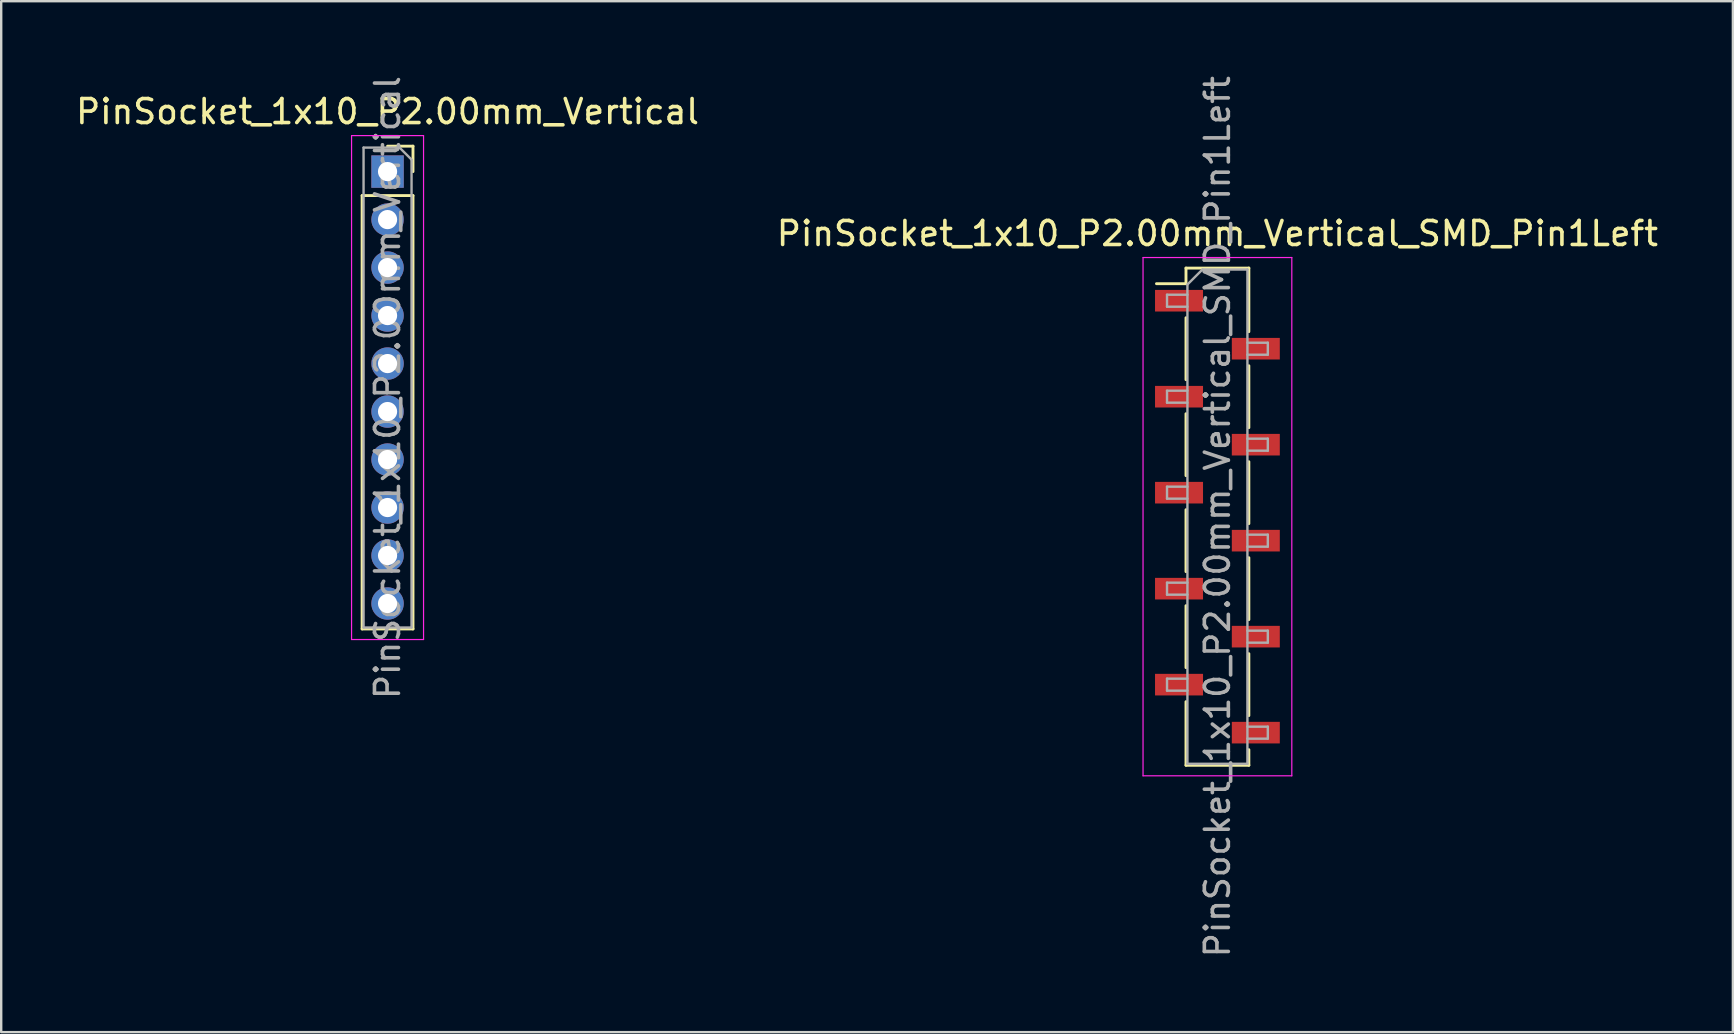
<source format=kicad_pcb>
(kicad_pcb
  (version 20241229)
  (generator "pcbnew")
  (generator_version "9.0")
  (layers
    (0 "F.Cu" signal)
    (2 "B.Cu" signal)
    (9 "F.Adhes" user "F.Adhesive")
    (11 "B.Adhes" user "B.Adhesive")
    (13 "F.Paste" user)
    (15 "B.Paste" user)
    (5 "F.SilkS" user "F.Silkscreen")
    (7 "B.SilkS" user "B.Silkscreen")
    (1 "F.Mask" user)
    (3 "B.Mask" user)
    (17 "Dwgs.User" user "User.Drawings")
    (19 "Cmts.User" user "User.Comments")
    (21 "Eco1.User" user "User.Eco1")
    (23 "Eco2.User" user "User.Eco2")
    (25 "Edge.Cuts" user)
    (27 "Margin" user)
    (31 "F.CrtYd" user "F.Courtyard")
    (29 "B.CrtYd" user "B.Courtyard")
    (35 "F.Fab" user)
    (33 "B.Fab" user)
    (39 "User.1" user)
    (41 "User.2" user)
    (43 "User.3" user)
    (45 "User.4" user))
  (footprint "PinSocket_1x10_P2.00mm_Vertical"
    (layer "F.Cu")
    (at 13.101 4.101)
    (property "Reference" "PinSocket_1x10_P2.00mm_Vertical" (at 0 -2.5 0) (layer "F.SilkS") (effects (font (size 1 1) (thickness 0.15))))
    (attr through_hole)
    (fp_line (start -1.06 1) (end -1.06 19.06) (stroke (width 0.12) (type solid)) (layer "F.SilkS"))
    (fp_line (start -1.06 1) (end 1.06 1) (stroke (width 0.12) (type solid)) (layer "F.SilkS"))
    (fp_line (start -1.06 19.06) (end 1.06 19.06) (stroke (width 0.12) (type solid)) (layer "F.SilkS"))
    (fp_line (start 0 -1.06) (end 1.06 -1.06) (stroke (width 0.12) (type solid)) (layer "F.SilkS"))
    (fp_line (start 1.06 -1.06) (end 1.06 0) (stroke (width 0.12) (type solid)) (layer "F.SilkS"))
    (fp_line (start 1.06 1) (end 1.06 19.06) (stroke (width 0.12) (type solid)) (layer "F.SilkS"))
    (fp_line (start -1.5 -1.5) (end 1.5 -1.5) (stroke (width 0.05) (type solid)) (layer "F.CrtYd"))
    (fp_line (start -1.5 19.5) (end -1.5 -1.5) (stroke (width 0.05) (type solid)) (layer "F.CrtYd"))
    (fp_line (start 1.5 -1.5) (end 1.5 19.5) (stroke (width 0.05) (type solid)) (layer "F.CrtYd"))
    (fp_line (start 1.5 19.5) (end -1.5 19.5) (stroke (width 0.05) (type solid)) (layer "F.CrtYd"))
    (fp_line (start -1 -1) (end 0.5 -1) (stroke (width 0.1) (type solid)) (layer "F.Fab"))
    (fp_line (start -1 19) (end -1 -1) (stroke (width 0.1) (type solid)) (layer "F.Fab"))
    (fp_line (start 0.5 -1) (end 1 -0.5) (stroke (width 0.1) (type solid)) (layer "F.Fab"))
    (fp_line (start 1 -0.5) (end 1 19) (stroke (width 0.1) (type solid)) (layer "F.Fab"))
    (fp_line (start 1 19) (end -1 19) (stroke (width 0.1) (type solid)) (layer "F.Fab"))
    (fp_text user "${REFERENCE}" (at 0 9 90) (layer "F.Fab") (effects (font (size 1 1) (thickness 0.15))))
    (pad "1" thru_hole rect (at 0 0) (size 1.35 1.35) (drill 0.8) (layers "*.Cu" "*.Mask"))
    (pad "2" thru_hole oval (at 0 2) (size 1.35 1.35) (drill 0.8) (layers "*.Cu" "*.Mask"))
    (pad "3" thru_hole oval (at 0 4) (size 1.35 1.35) (drill 0.8) (layers "*.Cu" "*.Mask"))
    (pad "4" thru_hole oval (at 0 6) (size 1.35 1.35) (drill 0.8) (layers "*.Cu" "*.Mask"))
    (pad "5" thru_hole oval (at 0 8) (size 1.35 1.35) (drill 0.8) (layers "*.Cu" "*.Mask"))
    (pad "6" thru_hole oval (at 0 10) (size 1.35 1.35) (drill 0.8) (layers "*.Cu" "*.Mask"))
    (pad "7" thru_hole oval (at 0 12) (size 1.35 1.35) (drill 0.8) (layers "*.Cu" "*.Mask"))
    (pad "8" thru_hole oval (at 0 14) (size 1.35 1.35) (drill 0.8) (layers "*.Cu" "*.Mask"))
    (pad "9" thru_hole oval (at 0 16) (size 1.35 1.35) (drill 0.8) (layers "*.Cu" "*.Mask"))
    (pad "10" thru_hole oval (at 0 18) (size 1.35 1.35) (drill 0.8) (layers "*.Cu" "*.Mask")))
  (footprint "PinSocket_1x10_P2.00mm_Vertical_SMD_Pin1Left"
    (layer "F.Cu")
    (at 47.685 18.482)
    (property "Reference" "PinSocket_1x10_P2.00mm_Vertical_SMD_Pin1Left" (at 0 -11.8 0) (layer "F.SilkS") (effects (font (size 1 1) (thickness 0.15))))
    (attr smd)
    (fp_line (start -2.54 -9.71) (end -1.31 -9.71) (stroke (width 0.12) (type solid)) (layer "F.SilkS"))
    (fp_line (start -1.31 -10.36) (end -1.31 -9.71) (stroke (width 0.12) (type solid)) (layer "F.SilkS"))
    (fp_line (start -1.31 -10.36) (end 1.31 -10.36) (stroke (width 0.12) (type solid)) (layer "F.SilkS"))
    (fp_line (start -1.31 -8.29) (end -1.31 -5.71) (stroke (width 0.12) (type solid)) (layer "F.SilkS"))
    (fp_line (start -1.31 -4.29) (end -1.31 -1.71) (stroke (width 0.12) (type solid)) (layer "F.SilkS"))
    (fp_line (start -1.31 -0.29) (end -1.31 2.29) (stroke (width 0.12) (type solid)) (layer "F.SilkS"))
    (fp_line (start -1.31 3.71) (end -1.31 6.29) (stroke (width 0.12) (type solid)) (layer "F.SilkS"))
    (fp_line (start -1.31 7.71) (end -1.31 10.36) (stroke (width 0.12) (type solid)) (layer "F.SilkS"))
    (fp_line (start -1.31 10.36) (end 1.31 10.36) (stroke (width 0.12) (type solid)) (layer "F.SilkS"))
    (fp_line (start 1.31 -10.36) (end 1.31 -7.71) (stroke (width 0.12) (type solid)) (layer "F.SilkS"))
    (fp_line (start 1.31 -6.29) (end 1.31 -3.71) (stroke (width 0.12) (type solid)) (layer "F.SilkS"))
    (fp_line (start 1.31 -2.29) (end 1.31 0.29) (stroke (width 0.12) (type solid)) (layer "F.SilkS"))
    (fp_line (start 1.31 1.71) (end 1.31 4.29) (stroke (width 0.12) (type solid)) (layer "F.SilkS"))
    (fp_line (start 1.31 5.71) (end 1.31 8.29) (stroke (width 0.12) (type solid)) (layer "F.SilkS"))
    (fp_line (start 1.31 9.71) (end 1.31 10.36) (stroke (width 0.12) (type solid)) (layer "F.SilkS"))
    (fp_line (start -3.1 -10.8) (end 3.1 -10.8) (stroke (width 0.05) (type solid)) (layer "F.CrtYd"))
    (fp_line (start -3.1 10.8) (end -3.1 -10.8) (stroke (width 0.05) (type solid)) (layer "F.CrtYd"))
    (fp_line (start 3.1 -10.8) (end 3.1 10.8) (stroke (width 0.05) (type solid)) (layer "F.CrtYd"))
    (fp_line (start 3.1 10.8) (end -3.1 10.8) (stroke (width 0.05) (type solid)) (layer "F.CrtYd"))
    (fp_line (start -2.1 -9.25) (end -1.25 -9.25) (stroke (width 0.1) (type solid)) (layer "F.Fab"))
    (fp_line (start -2.1 -8.75) (end -2.1 -9.25) (stroke (width 0.1) (type solid)) (layer "F.Fab"))
    (fp_line (start -2.1 -5.25) (end -1.25 -5.25) (stroke (width 0.1) (type solid)) (layer "F.Fab"))
    (fp_line (start -2.1 -4.75) (end -2.1 -5.25) (stroke (width 0.1) (type solid)) (layer "F.Fab"))
    (fp_line (start -2.1 -1.25) (end -1.25 -1.25) (stroke (width 0.1) (type solid)) (layer "F.Fab"))
    (fp_line (start -2.1 -0.75) (end -2.1 -1.25) (stroke (width 0.1) (type solid)) (layer "F.Fab"))
    (fp_line (start -2.1 2.75) (end -1.25 2.75) (stroke (width 0.1) (type solid)) (layer "F.Fab"))
    (fp_line (start -2.1 3.25) (end -2.1 2.75) (stroke (width 0.1) (type solid)) (layer "F.Fab"))
    (fp_line (start -2.1 6.75) (end -1.25 6.75) (stroke (width 0.1) (type solid)) (layer "F.Fab"))
    (fp_line (start -2.1 7.25) (end -2.1 6.75) (stroke (width 0.1) (type solid)) (layer "F.Fab"))
    (fp_line (start -1.25 -9.675) (end -0.625 -10.3) (stroke (width 0.1) (type solid)) (layer "F.Fab"))
    (fp_line (start -1.25 -8.75) (end -2.1 -8.75) (stroke (width 0.1) (type solid)) (layer "F.Fab"))
    (fp_line (start -1.25 -4.75) (end -2.1 -4.75) (stroke (width 0.1) (type solid)) (layer "F.Fab"))
    (fp_line (start -1.25 -0.75) (end -2.1 -0.75) (stroke (width 0.1) (type solid)) (layer "F.Fab"))
    (fp_line (start -1.25 3.25) (end -2.1 3.25) (stroke (width 0.1) (type solid)) (layer "F.Fab"))
    (fp_line (start -1.25 7.25) (end -2.1 7.25) (stroke (width 0.1) (type solid)) (layer "F.Fab"))
    (fp_line (start -1.25 10.3) (end -1.25 -9.675) (stroke (width 0.1) (type solid)) (layer "F.Fab"))
    (fp_line (start -0.625 -10.3) (end 1.25 -10.3) (stroke (width 0.1) (type solid)) (layer "F.Fab"))
    (fp_line (start 1.25 -10.3) (end 1.25 10.3) (stroke (width 0.1) (type solid)) (layer "F.Fab"))
    (fp_line (start 1.25 -7.25) (end 2.1 -7.25) (stroke (width 0.1) (type solid)) (layer "F.Fab"))
    (fp_line (start 1.25 -3.25) (end 2.1 -3.25) (stroke (width 0.1) (type solid)) (layer "F.Fab"))
    (fp_line (start 1.25 0.75) (end 2.1 0.75) (stroke (width 0.1) (type solid)) (layer "F.Fab"))
    (fp_line (start 1.25 4.75) (end 2.1 4.75) (stroke (width 0.1) (type solid)) (layer "F.Fab"))
    (fp_line (start 1.25 8.75) (end 2.1 8.75) (stroke (width 0.1) (type solid)) (layer "F.Fab"))
    (fp_line (start 1.25 10.3) (end -1.25 10.3) (stroke (width 0.1) (type solid)) (layer "F.Fab"))
    (fp_line (start 2.1 -7.25) (end 2.1 -6.75) (stroke (width 0.1) (type solid)) (layer "F.Fab"))
    (fp_line (start 2.1 -6.75) (end 1.25 -6.75) (stroke (width 0.1) (type solid)) (layer "F.Fab"))
    (fp_line (start 2.1 -3.25) (end 2.1 -2.75) (stroke (width 0.1) (type solid)) (layer "F.Fab"))
    (fp_line (start 2.1 -2.75) (end 1.25 -2.75) (stroke (width 0.1) (type solid)) (layer "F.Fab"))
    (fp_line (start 2.1 0.75) (end 2.1 1.25) (stroke (width 0.1) (type solid)) (layer "F.Fab"))
    (fp_line (start 2.1 1.25) (end 1.25 1.25) (stroke (width 0.1) (type solid)) (layer "F.Fab"))
    (fp_line (start 2.1 4.75) (end 2.1 5.25) (stroke (width 0.1) (type solid)) (layer "F.Fab"))
    (fp_line (start 2.1 5.25) (end 1.25 5.25) (stroke (width 0.1) (type solid)) (layer "F.Fab"))
    (fp_line (start 2.1 8.75) (end 2.1 9.25) (stroke (width 0.1) (type solid)) (layer "F.Fab"))
    (fp_line (start 2.1 9.25) (end 1.25 9.25) (stroke (width 0.1) (type solid)) (layer "F.Fab"))
    (fp_text user "${REFERENCE}" (at 0 0 90) (layer "F.Fab") (effects (font (size 1 1) (thickness 0.15))))
    (pad "1" smd rect (at -1.6 -9) (size 2 0.9) (layers "F.Cu" "F.Mask" "F.Paste"))
    (pad "2" smd rect (at 1.6 -7) (size 2 0.9) (layers "F.Cu" "F.Mask" "F.Paste"))
    (pad "3" smd rect (at -1.6 -5) (size 2 0.9) (layers "F.Cu" "F.Mask" "F.Paste"))
    (pad "4" smd rect (at 1.6 -3) (size 2 0.9) (layers "F.Cu" "F.Mask" "F.Paste"))
    (pad "5" smd rect (at -1.6 -1) (size 2 0.9) (layers "F.Cu" "F.Mask" "F.Paste"))
    (pad "6" smd rect (at 1.6 1) (size 2 0.9) (layers "F.Cu" "F.Mask" "F.Paste"))
    (pad "7" smd rect (at -1.6 3) (size 2 0.9) (layers "F.Cu" "F.Mask" "F.Paste"))
    (pad "8" smd rect (at 1.6 5) (size 2 0.9) (layers "F.Cu" "F.Mask" "F.Paste"))
    (pad "9" smd rect (at -1.6 7) (size 2 0.9) (layers "F.Cu" "F.Mask" "F.Paste"))
    (pad "10" smd rect (at 1.6 9) (size 2 0.9) (layers "F.Cu" "F.Mask" "F.Paste")))
  (gr_rect
    (start -3 -3)
    (end 69.167 39.964)
    (stroke (width 0.1) (type default))
    (fill no)
    (layer "Edge.Cuts")))
</source>
